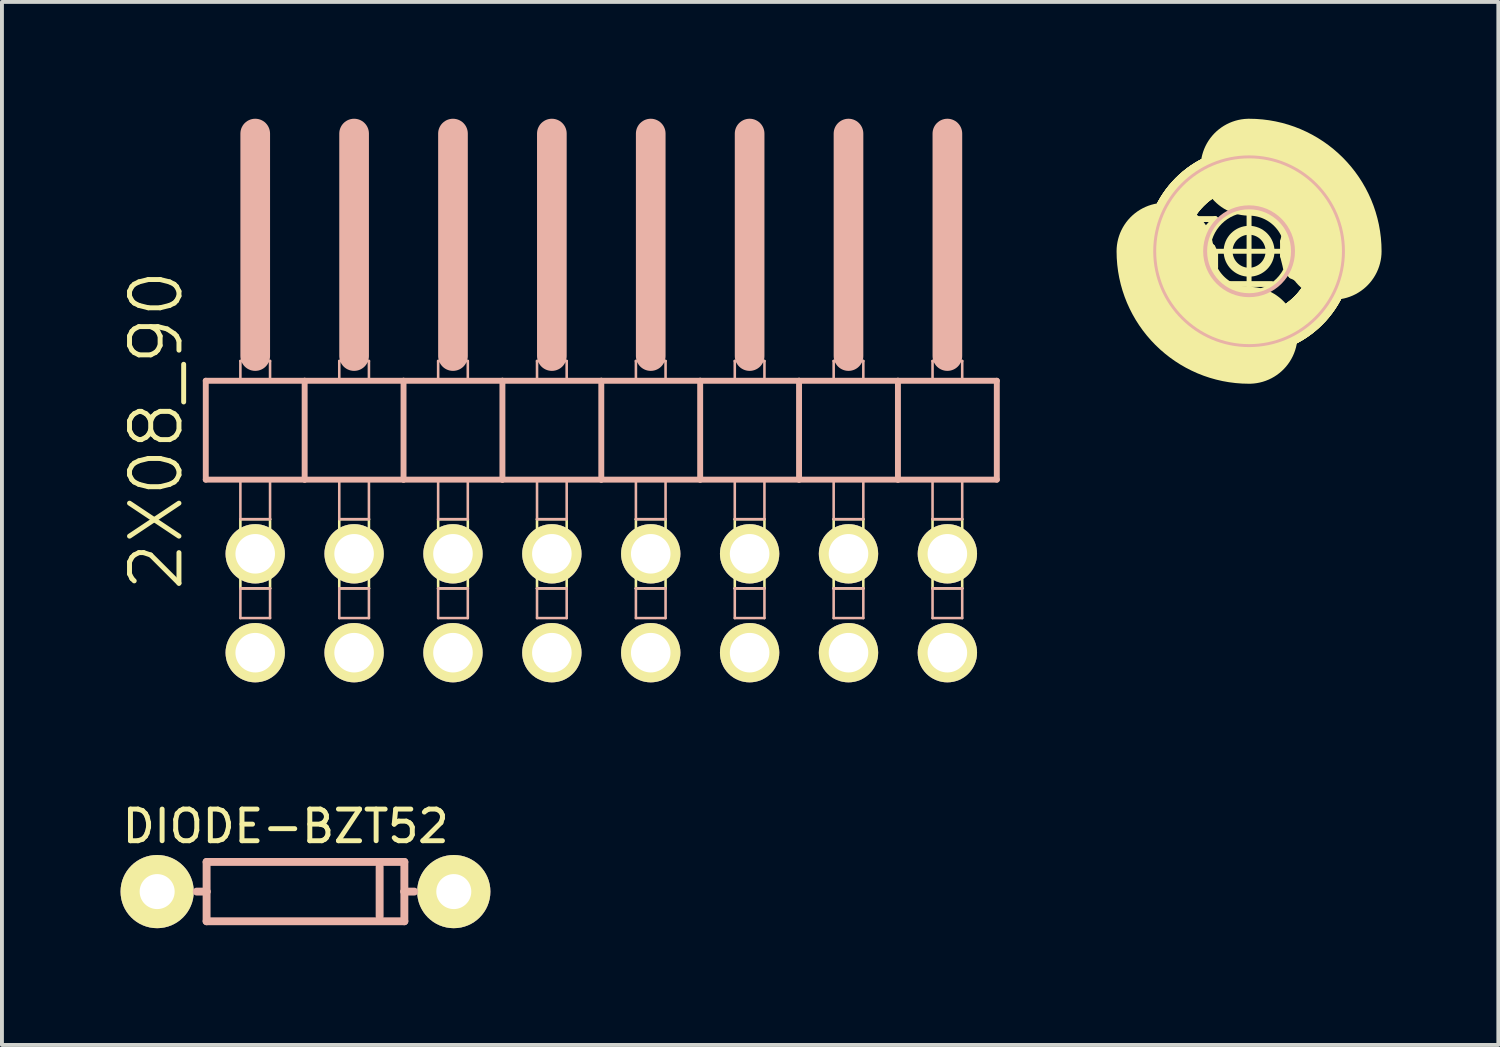
<source format=kicad_pcb>
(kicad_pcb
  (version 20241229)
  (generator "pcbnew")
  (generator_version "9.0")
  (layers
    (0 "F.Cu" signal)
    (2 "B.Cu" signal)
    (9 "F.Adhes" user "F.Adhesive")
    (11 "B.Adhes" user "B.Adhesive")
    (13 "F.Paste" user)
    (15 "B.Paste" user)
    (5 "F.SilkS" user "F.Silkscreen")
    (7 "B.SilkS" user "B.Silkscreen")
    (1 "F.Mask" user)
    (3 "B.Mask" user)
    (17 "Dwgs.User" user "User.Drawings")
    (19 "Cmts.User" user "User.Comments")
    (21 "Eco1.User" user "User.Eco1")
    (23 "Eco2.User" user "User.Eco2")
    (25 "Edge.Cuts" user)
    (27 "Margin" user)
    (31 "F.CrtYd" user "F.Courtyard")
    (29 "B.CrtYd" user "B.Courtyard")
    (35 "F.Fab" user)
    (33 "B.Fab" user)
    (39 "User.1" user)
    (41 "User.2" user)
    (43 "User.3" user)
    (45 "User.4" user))
  (footprint "DIODE-BZT52"
    (layer "F.Cu")
    (at 4.797 19.853)
    (property "Reference" "DIODE-BZT52" (at -0.508 -1.676 0) (layer "F.SilkS") (effects (font (size 0.813 0.813) (thickness 0.127))))
    (attr exclude_from_pos_files exclude_from_bom)
    (fp_line (start -2.54 -0.762) (end 2.54 -0.762) (stroke (width 0.203) (type solid)) (layer "B.SilkS"))
    (fp_line (start -2.54 0) (end -2.794 0) (stroke (width 0.203) (type solid)) (layer "B.SilkS"))
    (fp_line (start -2.54 0) (end -2.54 -0.762) (stroke (width 0.203) (type solid)) (layer "B.SilkS"))
    (fp_line (start -2.54 0.762) (end -2.54 0) (stroke (width 0.203) (type solid)) (layer "B.SilkS"))
    (fp_line (start 1.905 -0.635) (end 1.905 0.635) (stroke (width 0.203) (type solid)) (layer "B.SilkS"))
    (fp_line (start 2.54 -0.762) (end 2.54 0) (stroke (width 0.203) (type solid)) (layer "B.SilkS"))
    (fp_line (start 2.54 0) (end 2.54 0.762) (stroke (width 0.203) (type solid)) (layer "B.SilkS"))
    (fp_line (start 2.54 0) (end 2.794 0) (stroke (width 0.203) (type solid)) (layer "B.SilkS"))
    (fp_line (start 2.54 0.762) (end -2.54 0.762) (stroke (width 0.203) (type solid)) (layer "B.SilkS"))
    (pad "A" thru_hole circle (at -3.81 0) (size 1.88 1.88) (drill 0.899) (layers "*.Cu" "F.Mask" "F.SilkS" "F.Paste"))
    (pad "C" thru_hole circle (at 3.81 0) (size 1.88 1.88) (drill 0.899) (layers "*.Cu" "F.Mask" "F.SilkS" "F.Paste")))
  (footprint "3_0"
    (layer "F.Cu")
    (at 29.036 3.404)
    (property "Reference" "3_0" (at 0 0 0) (layer "F.SilkS") (effects (font (size 1.524 1.524) (thickness 0.15))))
    (attr exclude_from_pos_files exclude_from_bom)
    (fp_line (start -1.499 0) (end 1.499 0) (stroke (width 0.127) (type solid)) (layer "F.SilkS"))
    (fp_line (start 0 1.499) (end 0 -1.499) (stroke (width 0.127) (type solid)) (layer "F.SilkS"))
    (fp_arc (start 0 -2.159) (mid 1.526644 -1.526644) (end 2.159 0) (stroke (width 2.4892) (type solid)) (layer "F.SilkS"))
    (fp_arc (start 0 2.159) (mid -1.526644 1.526644) (end -2.159 0) (stroke (width 2.4892) (type solid)) (layer "F.SilkS"))
    (fp_circle (center 0 0) (end -1.524 1.524) (stroke (width 1.016) (type solid)) (fill no) (layer "F.SilkS"))
    (fp_circle (center 0 0) (end -1.524 1.524) (stroke (width 1.016) (type solid)) (fill no) (layer "F.SilkS"))
    (fp_circle (center 0 0) (end -1.524 1.524) (stroke (width 1.016) (type solid)) (fill no) (layer "F.SilkS"))
    (fp_circle (center 0 0) (end -1.524 1.524) (stroke (width 1.016) (type solid)) (fill no) (layer "F.SilkS"))
    (fp_circle (center 0 0) (end -1.524 1.524) (stroke (width 1.016) (type solid)) (fill no) (layer "F.SilkS"))
    (fp_circle (center 0 0) (end -0.749 0.749) (stroke (width 0.127) (type solid)) (fill no) (layer "F.SilkS"))
    (fp_circle (center 0 0) (end -0.381 0.381) (stroke (width 0.229) (type solid)) (fill no) (layer "F.SilkS"))
    (fp_circle (center 0 0) (end -1.714 1.714) (stroke (width 0.076) (type solid)) (fill no) (layer "B.SilkS"))
    (fp_circle (center 0 0) (end -0.798 0.798) (stroke (width 0.102) (type solid)) (fill no) (layer "B.SilkS")))
  (footprint "2X08_90"
    (layer "F.Cu")
    (at 12.396 7.366)
    (property "Reference" "2X08_90" (at -11.43 0.635 90) (layer "F.SilkS") (effects (font (size 1.27 1.27) (thickness 0.127))))
    (attr exclude_from_pos_files exclude_from_bom)
    (fp_line (start -9.271 2.921) (end -8.509 2.921) (stroke (width 0.066) (type solid)) (layer "F.SilkS"))
    (fp_line (start -9.271 4.699) (end -9.271 2.921) (stroke (width 0.066) (type solid)) (layer "F.SilkS"))
    (fp_line (start -9.271 4.699) (end -8.509 4.699) (stroke (width 0.066) (type solid)) (layer "F.SilkS"))
    (fp_line (start -8.509 4.699) (end -8.509 2.921) (stroke (width 0.066) (type solid)) (layer "F.SilkS"))
    (fp_line (start -6.731 2.921) (end -5.969 2.921) (stroke (width 0.066) (type solid)) (layer "F.SilkS"))
    (fp_line (start -6.731 4.699) (end -6.731 2.921) (stroke (width 0.066) (type solid)) (layer "F.SilkS"))
    (fp_line (start -6.731 4.699) (end -5.969 4.699) (stroke (width 0.066) (type solid)) (layer "F.SilkS"))
    (fp_line (start -5.969 4.699) (end -5.969 2.921) (stroke (width 0.066) (type solid)) (layer "F.SilkS"))
    (fp_line (start -4.191 2.921) (end -3.429 2.921) (stroke (width 0.066) (type solid)) (layer "F.SilkS"))
    (fp_line (start -4.191 4.699) (end -4.191 2.921) (stroke (width 0.066) (type solid)) (layer "F.SilkS"))
    (fp_line (start -4.191 4.699) (end -3.429 4.699) (stroke (width 0.066) (type solid)) (layer "F.SilkS"))
    (fp_line (start -3.429 4.699) (end -3.429 2.921) (stroke (width 0.066) (type solid)) (layer "F.SilkS"))
    (fp_line (start -1.651 2.921) (end -0.889 2.921) (stroke (width 0.066) (type solid)) (layer "F.SilkS"))
    (fp_line (start -1.651 4.699) (end -1.651 2.921) (stroke (width 0.066) (type solid)) (layer "F.SilkS"))
    (fp_line (start -1.651 4.699) (end -0.889 4.699) (stroke (width 0.066) (type solid)) (layer "F.SilkS"))
    (fp_line (start -0.889 4.699) (end -0.889 2.921) (stroke (width 0.066) (type solid)) (layer "F.SilkS"))
    (fp_line (start 0.889 2.921) (end 1.651 2.921) (stroke (width 0.066) (type solid)) (layer "F.SilkS"))
    (fp_line (start 0.889 4.699) (end 0.889 2.921) (stroke (width 0.066) (type solid)) (layer "F.SilkS"))
    (fp_line (start 0.889 4.699) (end 1.651 4.699) (stroke (width 0.066) (type solid)) (layer "F.SilkS"))
    (fp_line (start 1.651 4.699) (end 1.651 2.921) (stroke (width 0.066) (type solid)) (layer "F.SilkS"))
    (fp_line (start 3.429 2.921) (end 4.191 2.921) (stroke (width 0.066) (type solid)) (layer "F.SilkS"))
    (fp_line (start 3.429 4.699) (end 3.429 2.921) (stroke (width 0.066) (type solid)) (layer "F.SilkS"))
    (fp_line (start 3.429 4.699) (end 4.191 4.699) (stroke (width 0.066) (type solid)) (layer "F.SilkS"))
    (fp_line (start 4.191 4.699) (end 4.191 2.921) (stroke (width 0.066) (type solid)) (layer "F.SilkS"))
    (fp_line (start 5.969 2.921) (end 6.731 2.921) (stroke (width 0.066) (type solid)) (layer "F.SilkS"))
    (fp_line (start 5.969 4.699) (end 5.969 2.921) (stroke (width 0.066) (type solid)) (layer "F.SilkS"))
    (fp_line (start 5.969 4.699) (end 6.731 4.699) (stroke (width 0.066) (type solid)) (layer "F.SilkS"))
    (fp_line (start 6.731 4.699) (end 6.731 2.921) (stroke (width 0.066) (type solid)) (layer "F.SilkS"))
    (fp_line (start 8.509 2.921) (end 9.271 2.921) (stroke (width 0.066) (type solid)) (layer "F.SilkS"))
    (fp_line (start 8.509 4.699) (end 8.509 2.921) (stroke (width 0.066) (type solid)) (layer "F.SilkS"))
    (fp_line (start 8.509 4.699) (end 9.271 4.699) (stroke (width 0.066) (type solid)) (layer "F.SilkS"))
    (fp_line (start 9.271 4.699) (end 9.271 2.921) (stroke (width 0.066) (type solid)) (layer "F.SilkS"))
    (fp_line (start -10.16 -0.635) (end -10.16 1.905) (stroke (width 0.152) (type solid)) (layer "B.SilkS"))
    (fp_line (start -10.16 1.905) (end -7.62 1.905) (stroke (width 0.152) (type solid)) (layer "B.SilkS"))
    (fp_line (start -9.271 -1.143) (end -8.509 -1.143) (stroke (width 0.066) (type solid)) (layer "B.SilkS"))
    (fp_line (start -9.271 -0.635) (end -9.271 -1.143) (stroke (width 0.066) (type solid)) (layer "B.SilkS"))
    (fp_line (start -9.271 -0.635) (end -8.509 -0.635) (stroke (width 0.066) (type solid)) (layer "B.SilkS"))
    (fp_line (start -9.271 1.905) (end -8.509 1.905) (stroke (width 0.066) (type solid)) (layer "B.SilkS"))
    (fp_line (start -9.271 2.921) (end -9.271 1.905) (stroke (width 0.066) (type solid)) (layer "B.SilkS"))
    (fp_line (start -9.271 2.921) (end -8.509 2.921) (stroke (width 0.066) (type solid)) (layer "B.SilkS"))
    (fp_line (start -9.271 4.699) (end -8.509 4.699) (stroke (width 0.066) (type solid)) (layer "B.SilkS"))
    (fp_line (start -9.271 5.461) (end -9.271 4.699) (stroke (width 0.066) (type solid)) (layer "B.SilkS"))
    (fp_line (start -9.271 5.461) (end -8.509 5.461) (stroke (width 0.066) (type solid)) (layer "B.SilkS"))
    (fp_line (start -8.89 -6.985) (end -8.89 -1.27) (stroke (width 0.762) (type solid)) (layer "B.SilkS"))
    (fp_line (start -8.509 -0.635) (end -8.509 -1.143) (stroke (width 0.066) (type solid)) (layer "B.SilkS"))
    (fp_line (start -8.509 2.921) (end -8.509 1.905) (stroke (width 0.066) (type solid)) (layer "B.SilkS"))
    (fp_line (start -8.509 5.461) (end -8.509 4.699) (stroke (width 0.066) (type solid)) (layer "B.SilkS"))
    (fp_line (start -7.62 -0.635) (end -10.16 -0.635) (stroke (width 0.152) (type solid)) (layer "B.SilkS"))
    (fp_line (start -7.62 1.905) (end -7.62 -0.635) (stroke (width 0.152) (type solid)) (layer "B.SilkS"))
    (fp_line (start -7.62 1.905) (end -5.08 1.905) (stroke (width 0.152) (type solid)) (layer "B.SilkS"))
    (fp_line (start -6.731 -1.143) (end -5.969 -1.143) (stroke (width 0.066) (type solid)) (layer "B.SilkS"))
    (fp_line (start -6.731 -0.635) (end -6.731 -1.143) (stroke (width 0.066) (type solid)) (layer "B.SilkS"))
    (fp_line (start -6.731 -0.635) (end -5.969 -0.635) (stroke (width 0.066) (type solid)) (layer "B.SilkS"))
    (fp_line (start -6.731 1.905) (end -5.969 1.905) (stroke (width 0.066) (type solid)) (layer "B.SilkS"))
    (fp_line (start -6.731 2.921) (end -6.731 1.905) (stroke (width 0.066) (type solid)) (layer "B.SilkS"))
    (fp_line (start -6.731 2.921) (end -5.969 2.921) (stroke (width 0.066) (type solid)) (layer "B.SilkS"))
    (fp_line (start -6.731 4.699) (end -5.969 4.699) (stroke (width 0.066) (type solid)) (layer "B.SilkS"))
    (fp_line (start -6.731 5.461) (end -6.731 4.699) (stroke (width 0.066) (type solid)) (layer "B.SilkS"))
    (fp_line (start -6.731 5.461) (end -5.969 5.461) (stroke (width 0.066) (type solid)) (layer "B.SilkS"))
    (fp_line (start -6.35 -6.985) (end -6.35 -1.27) (stroke (width 0.762) (type solid)) (layer "B.SilkS"))
    (fp_line (start -5.969 -0.635) (end -5.969 -1.143) (stroke (width 0.066) (type solid)) (layer "B.SilkS"))
    (fp_line (start -5.969 2.921) (end -5.969 1.905) (stroke (width 0.066) (type solid)) (layer "B.SilkS"))
    (fp_line (start -5.969 5.461) (end -5.969 4.699) (stroke (width 0.066) (type solid)) (layer "B.SilkS"))
    (fp_line (start -5.08 -0.635) (end -7.62 -0.635) (stroke (width 0.152) (type solid)) (layer "B.SilkS"))
    (fp_line (start -5.08 1.905) (end -5.08 -0.635) (stroke (width 0.152) (type solid)) (layer "B.SilkS"))
    (fp_line (start -5.08 1.905) (end -2.54 1.905) (stroke (width 0.152) (type solid)) (layer "B.SilkS"))
    (fp_line (start -4.191 -1.143) (end -3.429 -1.143) (stroke (width 0.066) (type solid)) (layer "B.SilkS"))
    (fp_line (start -4.191 -0.635) (end -4.191 -1.143) (stroke (width 0.066) (type solid)) (layer "B.SilkS"))
    (fp_line (start -4.191 -0.635) (end -3.429 -0.635) (stroke (width 0.066) (type solid)) (layer "B.SilkS"))
    (fp_line (start -4.191 1.905) (end -3.429 1.905) (stroke (width 0.066) (type solid)) (layer "B.SilkS"))
    (fp_line (start -4.191 2.921) (end -4.191 1.905) (stroke (width 0.066) (type solid)) (layer "B.SilkS"))
    (fp_line (start -4.191 2.921) (end -3.429 2.921) (stroke (width 0.066) (type solid)) (layer "B.SilkS"))
    (fp_line (start -4.191 4.699) (end -3.429 4.699) (stroke (width 0.066) (type solid)) (layer "B.SilkS"))
    (fp_line (start -4.191 5.461) (end -4.191 4.699) (stroke (width 0.066) (type solid)) (layer "B.SilkS"))
    (fp_line (start -4.191 5.461) (end -3.429 5.461) (stroke (width 0.066) (type solid)) (layer "B.SilkS"))
    (fp_line (start -3.81 -6.985) (end -3.81 -1.27) (stroke (width 0.762) (type solid)) (layer "B.SilkS"))
    (fp_line (start -3.429 -0.635) (end -3.429 -1.143) (stroke (width 0.066) (type solid)) (layer "B.SilkS"))
    (fp_line (start -3.429 2.921) (end -3.429 1.905) (stroke (width 0.066) (type solid)) (layer "B.SilkS"))
    (fp_line (start -3.429 5.461) (end -3.429 4.699) (stroke (width 0.066) (type solid)) (layer "B.SilkS"))
    (fp_line (start -2.54 -0.635) (end -5.08 -0.635) (stroke (width 0.152) (type solid)) (layer "B.SilkS"))
    (fp_line (start -2.54 1.905) (end -2.54 -0.635) (stroke (width 0.152) (type solid)) (layer "B.SilkS"))
    (fp_line (start -2.54 1.905) (end 0 1.905) (stroke (width 0.152) (type solid)) (layer "B.SilkS"))
    (fp_line (start -1.651 -1.143) (end -0.889 -1.143) (stroke (width 0.066) (type solid)) (layer "B.SilkS"))
    (fp_line (start -1.651 -0.635) (end -1.651 -1.143) (stroke (width 0.066) (type solid)) (layer "B.SilkS"))
    (fp_line (start -1.651 -0.635) (end -0.889 -0.635) (stroke (width 0.066) (type solid)) (layer "B.SilkS"))
    (fp_line (start -1.651 1.905) (end -0.889 1.905) (stroke (width 0.066) (type solid)) (layer "B.SilkS"))
    (fp_line (start -1.651 2.921) (end -1.651 1.905) (stroke (width 0.066) (type solid)) (layer "B.SilkS"))
    (fp_line (start -1.651 2.921) (end -0.889 2.921) (stroke (width 0.066) (type solid)) (layer "B.SilkS"))
    (fp_line (start -1.651 4.699) (end -0.889 4.699) (stroke (width 0.066) (type solid)) (layer "B.SilkS"))
    (fp_line (start -1.651 5.461) (end -1.651 4.699) (stroke (width 0.066) (type solid)) (layer "B.SilkS"))
    (fp_line (start -1.651 5.461) (end -0.889 5.461) (stroke (width 0.066) (type solid)) (layer "B.SilkS"))
    (fp_line (start -1.27 -6.985) (end -1.27 -1.27) (stroke (width 0.762) (type solid)) (layer "B.SilkS"))
    (fp_line (start -0.889 -0.635) (end -0.889 -1.143) (stroke (width 0.066) (type solid)) (layer "B.SilkS"))
    (fp_line (start -0.889 2.921) (end -0.889 1.905) (stroke (width 0.066) (type solid)) (layer "B.SilkS"))
    (fp_line (start -0.889 5.461) (end -0.889 4.699) (stroke (width 0.066) (type solid)) (layer "B.SilkS"))
    (fp_line (start 0 -0.635) (end -2.54 -0.635) (stroke (width 0.152) (type solid)) (layer "B.SilkS"))
    (fp_line (start 0 1.905) (end 0 -0.635) (stroke (width 0.152) (type solid)) (layer "B.SilkS"))
    (fp_line (start 0 1.905) (end 2.54 1.905) (stroke (width 0.152) (type solid)) (layer "B.SilkS"))
    (fp_line (start 0.889 -1.143) (end 1.651 -1.143) (stroke (width 0.066) (type solid)) (layer "B.SilkS"))
    (fp_line (start 0.889 -0.635) (end 0.889 -1.143) (stroke (width 0.066) (type solid)) (layer "B.SilkS"))
    (fp_line (start 0.889 -0.635) (end 1.651 -0.635) (stroke (width 0.066) (type solid)) (layer "B.SilkS"))
    (fp_line (start 0.889 1.905) (end 1.651 1.905) (stroke (width 0.066) (type solid)) (layer "B.SilkS"))
    (fp_line (start 0.889 2.921) (end 0.889 1.905) (stroke (width 0.066) (type solid)) (layer "B.SilkS"))
    (fp_line (start 0.889 2.921) (end 1.651 2.921) (stroke (width 0.066) (type solid)) (layer "B.SilkS"))
    (fp_line (start 0.889 4.699) (end 1.651 4.699) (stroke (width 0.066) (type solid)) (layer "B.SilkS"))
    (fp_line (start 0.889 5.461) (end 0.889 4.699) (stroke (width 0.066) (type solid)) (layer "B.SilkS"))
    (fp_line (start 0.889 5.461) (end 1.651 5.461) (stroke (width 0.066) (type solid)) (layer "B.SilkS"))
    (fp_line (start 1.27 -6.985) (end 1.27 -1.27) (stroke (width 0.762) (type solid)) (layer "B.SilkS"))
    (fp_line (start 1.651 -0.635) (end 1.651 -1.143) (stroke (width 0.066) (type solid)) (layer "B.SilkS"))
    (fp_line (start 1.651 2.921) (end 1.651 1.905) (stroke (width 0.066) (type solid)) (layer "B.SilkS"))
    (fp_line (start 1.651 5.461) (end 1.651 4.699) (stroke (width 0.066) (type solid)) (layer "B.SilkS"))
    (fp_line (start 2.54 -0.635) (end 0 -0.635) (stroke (width 0.152) (type solid)) (layer "B.SilkS"))
    (fp_line (start 2.54 1.905) (end 2.54 -0.635) (stroke (width 0.152) (type solid)) (layer "B.SilkS"))
    (fp_line (start 2.54 1.905) (end 5.08 1.905) (stroke (width 0.152) (type solid)) (layer "B.SilkS"))
    (fp_line (start 3.429 -1.143) (end 4.191 -1.143) (stroke (width 0.066) (type solid)) (layer "B.SilkS"))
    (fp_line (start 3.429 -0.635) (end 3.429 -1.143) (stroke (width 0.066) (type solid)) (layer "B.SilkS"))
    (fp_line (start 3.429 -0.635) (end 4.191 -0.635) (stroke (width 0.066) (type solid)) (layer "B.SilkS"))
    (fp_line (start 3.429 1.905) (end 4.191 1.905) (stroke (width 0.066) (type solid)) (layer "B.SilkS"))
    (fp_line (start 3.429 2.921) (end 3.429 1.905) (stroke (width 0.066) (type solid)) (layer "B.SilkS"))
    (fp_line (start 3.429 2.921) (end 4.191 2.921) (stroke (width 0.066) (type solid)) (layer "B.SilkS"))
    (fp_line (start 3.429 4.699) (end 4.191 4.699) (stroke (width 0.066) (type solid)) (layer "B.SilkS"))
    (fp_line (start 3.429 5.461) (end 3.429 4.699) (stroke (width 0.066) (type solid)) (layer "B.SilkS"))
    (fp_line (start 3.429 5.461) (end 4.191 5.461) (stroke (width 0.066) (type solid)) (layer "B.SilkS"))
    (fp_line (start 3.81 -6.985) (end 3.81 -1.27) (stroke (width 0.762) (type solid)) (layer "B.SilkS"))
    (fp_line (start 4.191 -0.635) (end 4.191 -1.143) (stroke (width 0.066) (type solid)) (layer "B.SilkS"))
    (fp_line (start 4.191 2.921) (end 4.191 1.905) (stroke (width 0.066) (type solid)) (layer "B.SilkS"))
    (fp_line (start 4.191 5.461) (end 4.191 4.699) (stroke (width 0.066) (type solid)) (layer "B.SilkS"))
    (fp_line (start 5.08 -0.635) (end 2.54 -0.635) (stroke (width 0.152) (type solid)) (layer "B.SilkS"))
    (fp_line (start 5.08 1.905) (end 5.08 -0.635) (stroke (width 0.152) (type solid)) (layer "B.SilkS"))
    (fp_line (start 5.08 1.905) (end 7.62 1.905) (stroke (width 0.152) (type solid)) (layer "B.SilkS"))
    (fp_line (start 5.969 -1.143) (end 6.731 -1.143) (stroke (width 0.066) (type solid)) (layer "B.SilkS"))
    (fp_line (start 5.969 -0.635) (end 5.969 -1.143) (stroke (width 0.066) (type solid)) (layer "B.SilkS"))
    (fp_line (start 5.969 -0.635) (end 6.731 -0.635) (stroke (width 0.066) (type solid)) (layer "B.SilkS"))
    (fp_line (start 5.969 1.905) (end 6.731 1.905) (stroke (width 0.066) (type solid)) (layer "B.SilkS"))
    (fp_line (start 5.969 2.921) (end 5.969 1.905) (stroke (width 0.066) (type solid)) (layer "B.SilkS"))
    (fp_line (start 5.969 2.921) (end 6.731 2.921) (stroke (width 0.066) (type solid)) (layer "B.SilkS"))
    (fp_line (start 5.969 4.699) (end 6.731 4.699) (stroke (width 0.066) (type solid)) (layer "B.SilkS"))
    (fp_line (start 5.969 5.461) (end 5.969 4.699) (stroke (width 0.066) (type solid)) (layer "B.SilkS"))
    (fp_line (start 5.969 5.461) (end 6.731 5.461) (stroke (width 0.066) (type solid)) (layer "B.SilkS"))
    (fp_line (start 6.35 -6.985) (end 6.35 -1.27) (stroke (width 0.762) (type solid)) (layer "B.SilkS"))
    (fp_line (start 6.731 -0.635) (end 6.731 -1.143) (stroke (width 0.066) (type solid)) (layer "B.SilkS"))
    (fp_line (start 6.731 2.921) (end 6.731 1.905) (stroke (width 0.066) (type solid)) (layer "B.SilkS"))
    (fp_line (start 6.731 5.461) (end 6.731 4.699) (stroke (width 0.066) (type solid)) (layer "B.SilkS"))
    (fp_line (start 7.62 -0.635) (end 5.08 -0.635) (stroke (width 0.152) (type solid)) (layer "B.SilkS"))
    (fp_line (start 7.62 1.905) (end 7.62 -0.635) (stroke (width 0.152) (type solid)) (layer "B.SilkS"))
    (fp_line (start 7.62 1.905) (end 10.16 1.905) (stroke (width 0.152) (type solid)) (layer "B.SilkS"))
    (fp_line (start 8.509 -1.143) (end 9.271 -1.143) (stroke (width 0.066) (type solid)) (layer "B.SilkS"))
    (fp_line (start 8.509 -0.635) (end 8.509 -1.143) (stroke (width 0.066) (type solid)) (layer "B.SilkS"))
    (fp_line (start 8.509 -0.635) (end 9.271 -0.635) (stroke (width 0.066) (type solid)) (layer "B.SilkS"))
    (fp_line (start 8.509 1.905) (end 9.271 1.905) (stroke (width 0.066) (type solid)) (layer "B.SilkS"))
    (fp_line (start 8.509 2.921) (end 8.509 1.905) (stroke (width 0.066) (type solid)) (layer "B.SilkS"))
    (fp_line (start 8.509 2.921) (end 9.271 2.921) (stroke (width 0.066) (type solid)) (layer "B.SilkS"))
    (fp_line (start 8.509 4.699) (end 9.271 4.699) (stroke (width 0.066) (type solid)) (layer "B.SilkS"))
    (fp_line (start 8.509 5.461) (end 8.509 4.699) (stroke (width 0.066) (type solid)) (layer "B.SilkS"))
    (fp_line (start 8.509 5.461) (end 9.271 5.461) (stroke (width 0.066) (type solid)) (layer "B.SilkS"))
    (fp_line (start 8.89 -6.985) (end 8.89 -1.27) (stroke (width 0.762) (type solid)) (layer "B.SilkS"))
    (fp_line (start 9.271 -0.635) (end 9.271 -1.143) (stroke (width 0.066) (type solid)) (layer "B.SilkS"))
    (fp_line (start 9.271 2.921) (end 9.271 1.905) (stroke (width 0.066) (type solid)) (layer "B.SilkS"))
    (fp_line (start 9.271 5.461) (end 9.271 4.699) (stroke (width 0.066) (type solid)) (layer "B.SilkS"))
    (fp_line (start 10.16 -0.635) (end 7.62 -0.635) (stroke (width 0.152) (type solid)) (layer "B.SilkS"))
    (fp_line (start 10.16 1.905) (end 10.16 -0.635) (stroke (width 0.152) (type solid)) (layer "B.SilkS"))
    (pad "1" thru_hole circle (at -8.89 6.35) (size 1.524 1.524) (drill 1.016) (layers "*.Cu" "F.Mask" "F.SilkS" "F.Paste"))
    (pad "2" thru_hole circle (at -8.89 3.81) (size 1.524 1.524) (drill 1.016) (layers "*.Cu" "F.Mask" "F.SilkS" "F.Paste"))
    (pad "3" thru_hole circle (at -6.35 6.35) (size 1.524 1.524) (drill 1.016) (layers "*.Cu" "F.Mask" "F.SilkS" "F.Paste"))
    (pad "4" thru_hole circle (at -6.35 3.81) (size 1.524 1.524) (drill 1.016) (layers "*.Cu" "F.Mask" "F.SilkS" "F.Paste"))
    (pad "5" thru_hole circle (at -3.81 6.35) (size 1.524 1.524) (drill 1.016) (layers "*.Cu" "F.Mask" "F.SilkS" "F.Paste"))
    (pad "6" thru_hole circle (at -3.81 3.81) (size 1.524 1.524) (drill 1.016) (layers "*.Cu" "F.Mask" "F.SilkS" "F.Paste"))
    (pad "7" thru_hole circle (at -1.27 6.35) (size 1.524 1.524) (drill 1.016) (layers "*.Cu" "F.Mask" "F.SilkS" "F.Paste"))
    (pad "8" thru_hole circle (at -1.27 3.81) (size 1.524 1.524) (drill 1.016) (layers "*.Cu" "F.Mask" "F.SilkS" "F.Paste"))
    (pad "9" thru_hole circle (at 1.27 6.35) (size 1.524 1.524) (drill 1.016) (layers "*.Cu" "F.Mask" "F.SilkS" "F.Paste"))
    (pad "10" thru_hole circle (at 1.27 3.81) (size 1.524 1.524) (drill 1.016) (layers "*.Cu" "F.Mask" "F.SilkS" "F.Paste"))
    (pad "11" thru_hole circle (at 3.81 6.35) (size 1.524 1.524) (drill 1.016) (layers "*.Cu" "F.Mask" "F.SilkS" "F.Paste"))
    (pad "12" thru_hole circle (at 3.81 3.81) (size 1.524 1.524) (drill 1.016) (layers "*.Cu" "F.Mask" "F.SilkS" "F.Paste"))
    (pad "13" thru_hole circle (at 6.35 6.35) (size 1.524 1.524) (drill 1.016) (layers "*.Cu" "F.Mask" "F.SilkS" "F.Paste"))
    (pad "14" thru_hole circle (at 6.35 3.81) (size 1.524 1.524) (drill 1.016) (layers "*.Cu" "F.Mask" "F.SilkS" "F.Paste"))
    (pad "15" thru_hole circle (at 8.89 6.35) (size 1.524 1.524) (drill 1.016) (layers "*.Cu" "F.Mask" "F.SilkS" "F.Paste"))
    (pad "16" thru_hole circle (at 8.89 3.81) (size 1.524 1.524) (drill 1.016) (layers "*.Cu" "F.Mask" "F.SilkS" "F.Paste")))
  (gr_rect
    (start -3 -3)
    (end 35.439 23.793)
    (stroke (width 0.1) (type default))
    (fill no)
    (layer "Edge.Cuts")))
</source>
